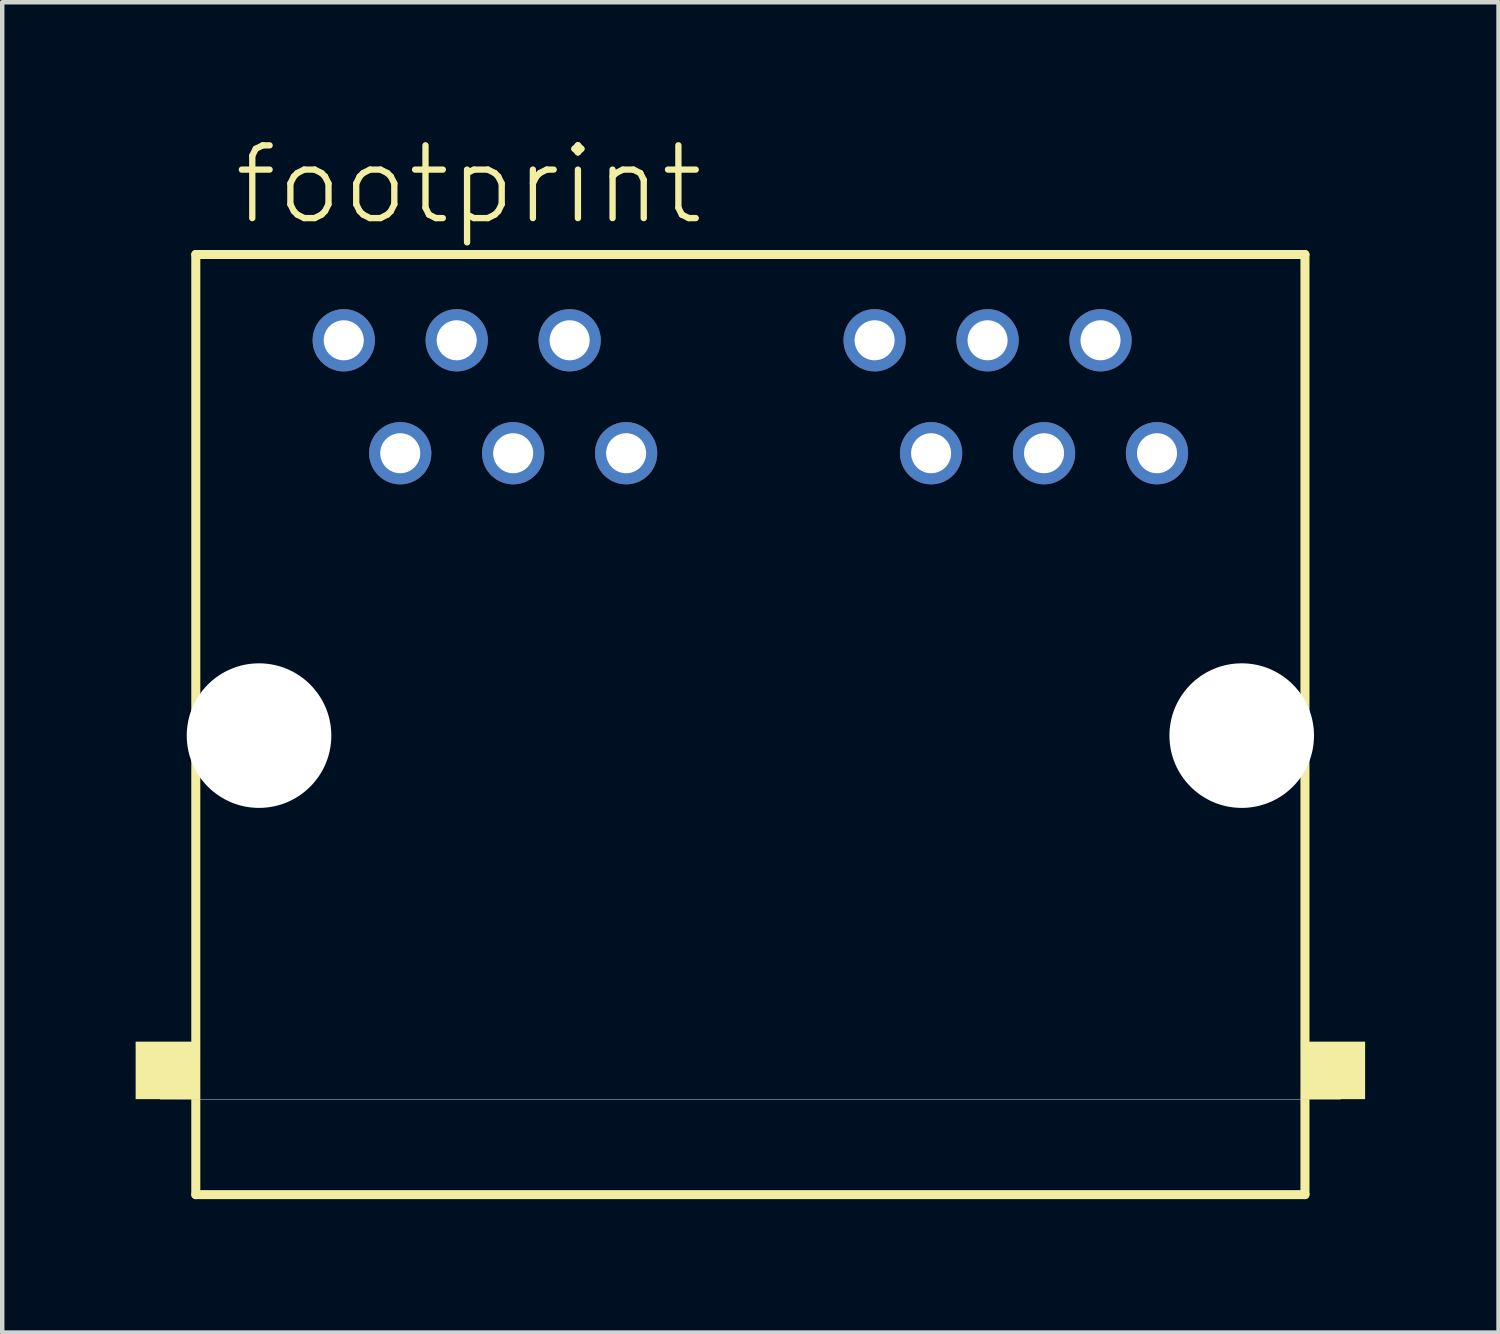
<source format=kicad_pcb>
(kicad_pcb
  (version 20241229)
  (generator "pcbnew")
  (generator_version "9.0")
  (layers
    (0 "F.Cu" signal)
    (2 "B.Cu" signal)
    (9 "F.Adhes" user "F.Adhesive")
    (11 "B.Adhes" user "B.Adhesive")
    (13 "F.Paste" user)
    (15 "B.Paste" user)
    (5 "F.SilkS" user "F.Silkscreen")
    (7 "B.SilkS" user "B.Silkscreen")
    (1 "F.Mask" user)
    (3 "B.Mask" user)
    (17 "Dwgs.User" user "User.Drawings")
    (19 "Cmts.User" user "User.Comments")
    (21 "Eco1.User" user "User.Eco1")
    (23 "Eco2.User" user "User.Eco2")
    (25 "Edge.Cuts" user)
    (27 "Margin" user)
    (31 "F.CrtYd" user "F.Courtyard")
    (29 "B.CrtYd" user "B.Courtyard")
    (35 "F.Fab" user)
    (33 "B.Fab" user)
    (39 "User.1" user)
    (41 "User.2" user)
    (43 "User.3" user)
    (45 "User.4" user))
  (footprint "footprint"
    (layer "F.Cu")
    (at 13.824 13.492)
    (property "Reference" "footprint" (at -11.684 -11.43 0) (layer "F.SilkS") (effects (font (size 1.636 1.636) (thickness 0.142)) (justify left bottom)))
    (fp_line (start -12.471 -10.819) (end 12.471 -10.819) (stroke (width 0.203) (type solid)) (layer "F.SilkS"))
    (fp_line (start -12.471 10.322) (end -12.471 -10.819) (stroke (width 0.203) (type solid)) (layer "F.SilkS"))
    (fp_line (start 12.471 -10.819) (end 12.471 10.322) (stroke (width 0.203) (type solid)) (layer "F.SilkS"))
    (fp_line (start 12.471 10.322) (end -12.471 10.322) (stroke (width 0.203) (type solid)) (layer "F.SilkS"))
    (fp_poly (pts (xy -13.824 8.175) (xy -12.544 8.175) (xy -12.544 6.882) (xy -13.824 6.882)) (stroke (width 0) (type solid)) (fill yes) (layer "F.SilkS"))
    (fp_poly (pts (xy 12.544 8.175) (xy 13.824 8.175) (xy 13.824 6.882) (xy 12.544 6.882)) (stroke (width 0) (type solid)) (fill yes) (layer "F.SilkS"))
    (fp_line (start 13.271 8.18) (end -13.271 8.18) (stroke (width 0.01) (type solid)) (layer "Edge.Cuts"))
    (pad "" np_thru_hole circle (at -11.049 0) (size 3.251 3.251) (drill 3.251) (layers "*.Cu" "*.Mask"))
    (pad "" np_thru_hole circle (at 11.049 0) (size 3.251 3.251) (drill 3.251) (layers "*.Cu" "*.Mask"))
    (pad "1-1" thru_hole circle (at -9.144 -8.89) (size 1.4 1.4) (drill 0.9) (layers "*.Cu" "*.Mask"))
    (pad "1-2" thru_hole circle (at -7.874 -6.35) (size 1.4 1.4) (drill 0.9) (layers "*.Cu" "*.Mask"))
    (pad "1-3" thru_hole circle (at -6.604 -8.89) (size 1.4 1.4) (drill 0.9) (layers "*.Cu" "*.Mask"))
    (pad "1-4" thru_hole circle (at -5.334 -6.35) (size 1.4 1.4) (drill 0.9) (layers "*.Cu" "*.Mask"))
    (pad "1-5" thru_hole circle (at -4.064 -8.89) (size 1.4 1.4) (drill 0.9) (layers "*.Cu" "*.Mask"))
    (pad "1-6" thru_hole circle (at -2.794 -6.35) (size 1.4 1.4) (drill 0.9) (layers "*.Cu" "*.Mask"))
    (pad "2-1" thru_hole circle (at 2.794 -8.89) (size 1.4 1.4) (drill 0.9) (layers "*.Cu" "*.Mask"))
    (pad "2-2" thru_hole circle (at 4.064 -6.35) (size 1.4 1.4) (drill 0.9) (layers "*.Cu" "*.Mask"))
    (pad "2-3" thru_hole circle (at 5.334 -8.89) (size 1.4 1.4) (drill 0.9) (layers "*.Cu" "*.Mask"))
    (pad "2-4" thru_hole circle (at 6.604 -6.35) (size 1.4 1.4) (drill 0.9) (layers "*.Cu" "*.Mask"))
    (pad "2-5" thru_hole circle (at 7.874 -8.89) (size 1.4 1.4) (drill 0.9) (layers "*.Cu" "*.Mask"))
    (pad "2-6" thru_hole circle (at 9.144 -6.35) (size 1.4 1.4) (drill 0.9) (layers "*.Cu" "*.Mask")))
  (gr_rect
    (start -3 -3)
    (end 30.648 26.916)
    (stroke (width 0.1) (type default))
    (fill no)
    (layer "Edge.Cuts")))
</source>
